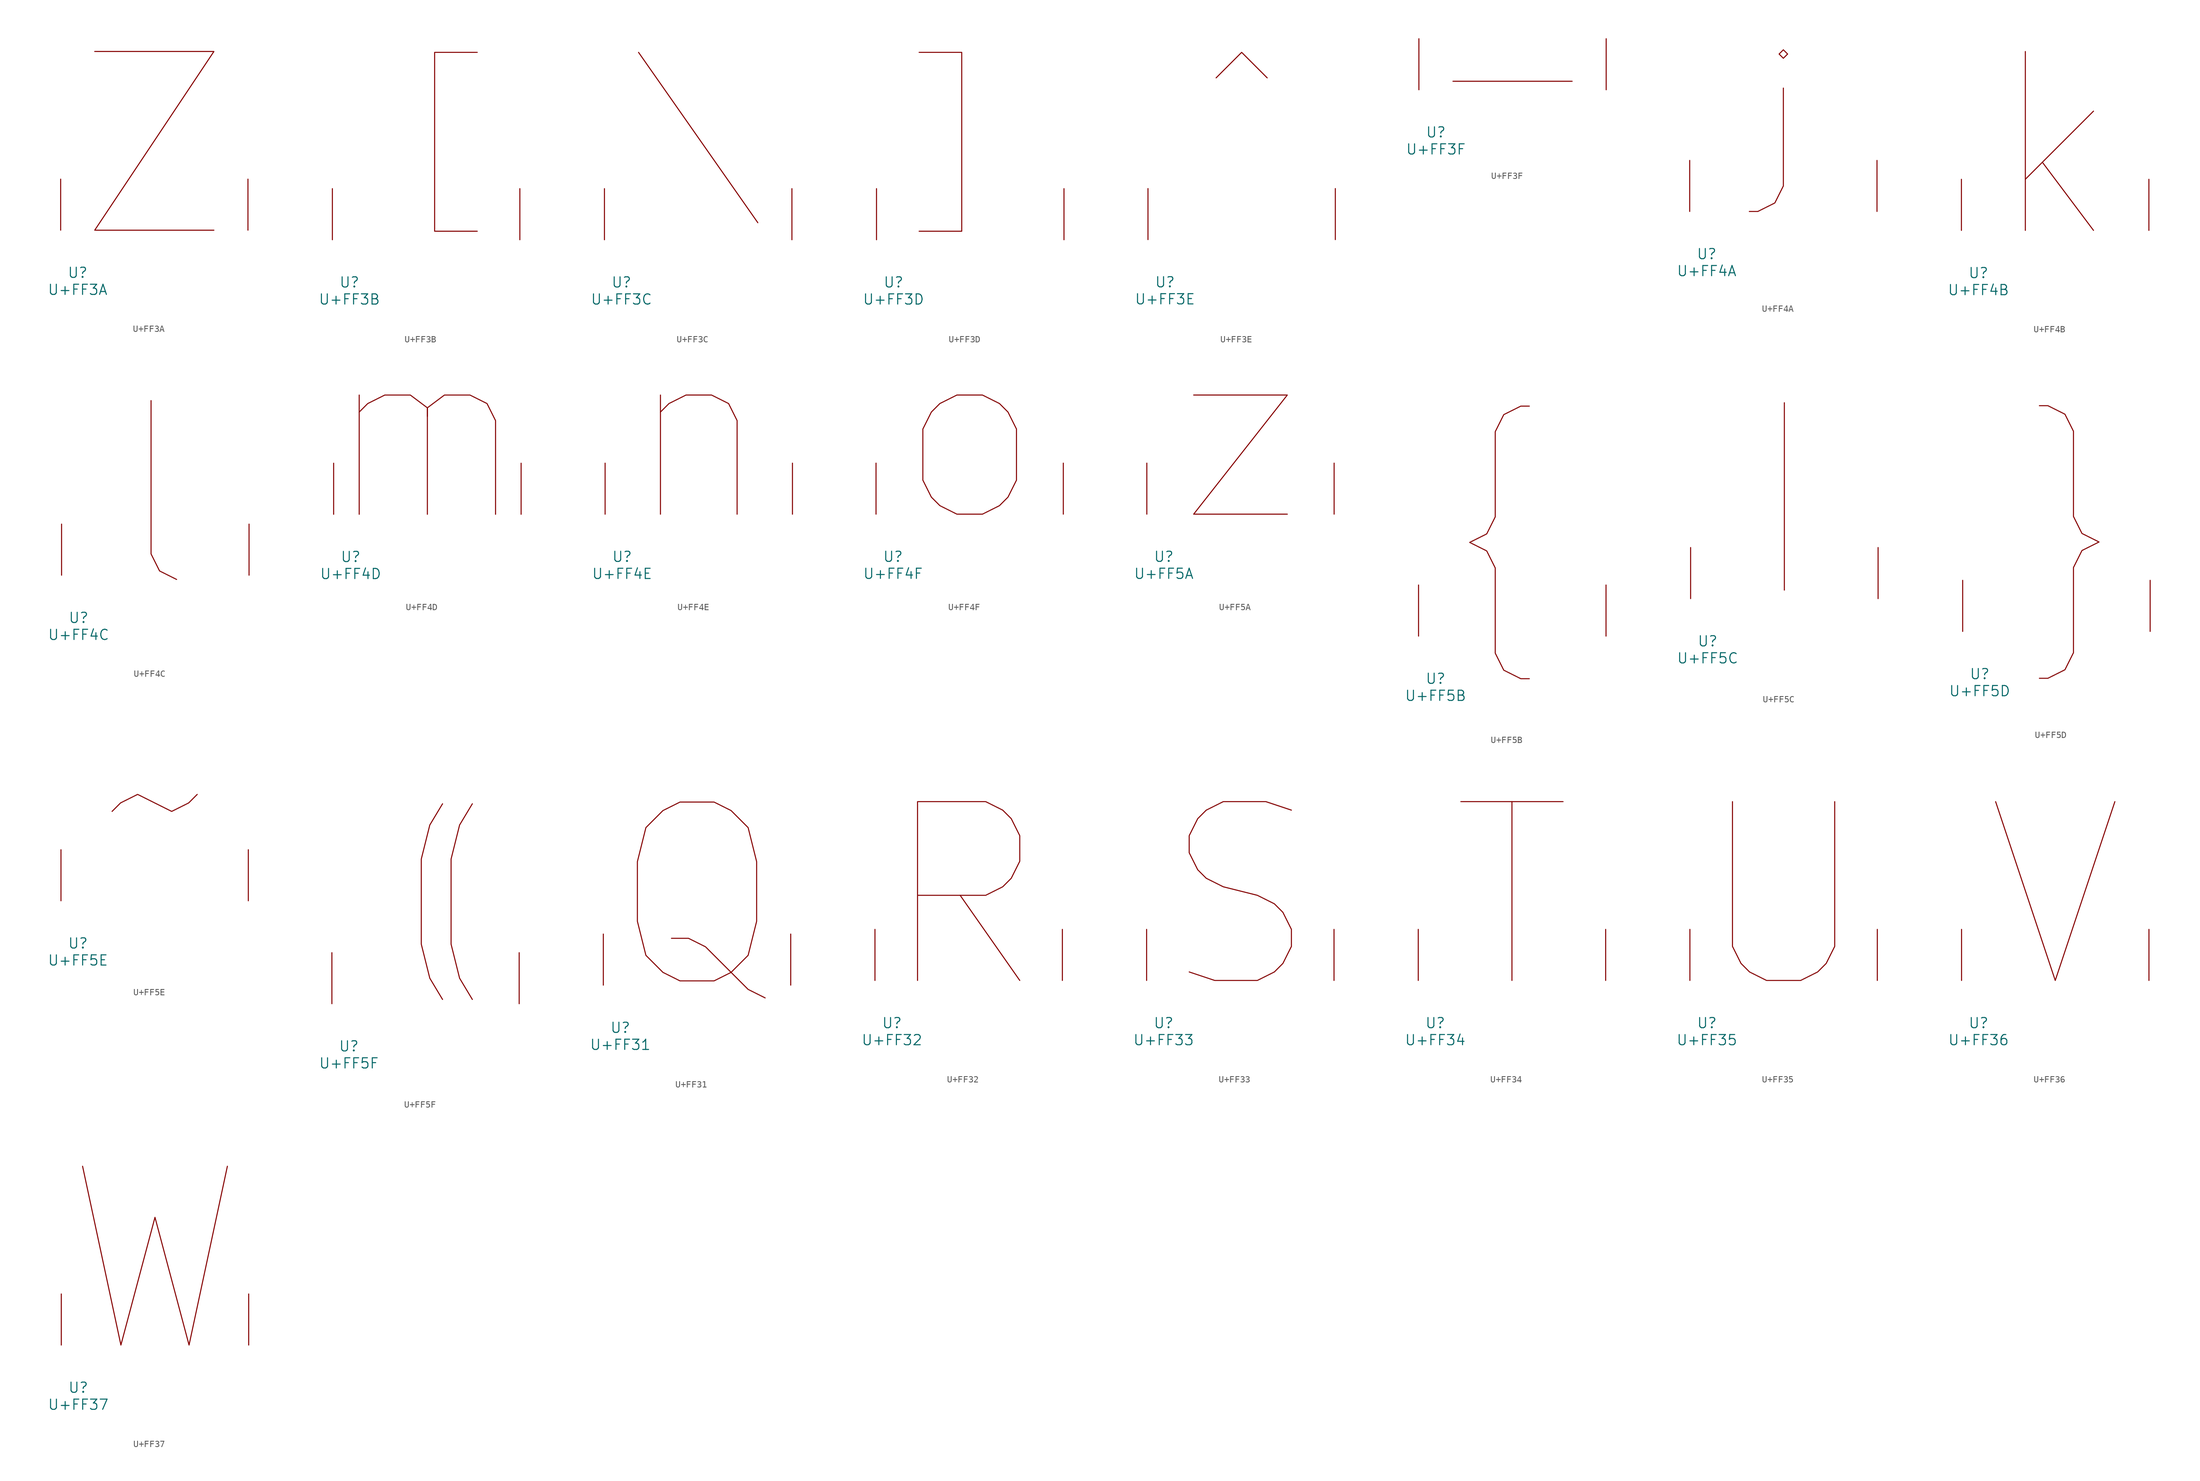
<source format=kicad_sym>
(kicad_symbol_lib
  (version 20231120)
  (generator "kicad_symbol_editor")
  (generator_version "8.0")
  (symbol "U+FF3A"
    (pin_names
      (offset 1.016))
    (property "Reference" "U"
      (at 0 -6.35 0)
      (effects (font (size 1.524 1.524))))
    (property "Value" "U+FF3A"
      (at 0 -8.89 0)
      (effects (font (size 1.524 1.524))))
    (symbol "U+FF3A_0_1"
      (polyline (pts (xy 2.54 26.67) (xy 20.32 26.67) (xy 2.54 0) (xy 20.32 0)) (stroke (width 0) (type solid)) (fill (type none)))
      (pin input line (at -2.54 0 90) (length 7.62) (name "~" (effects (font (size 1.27 1.27)))) (number "~" (effects (font (size 1.27 1.27)))))
      (pin input line (at 25.4 0 90) (length 7.62) (name "~" (effects (font (size 1.27 1.27)))) (number "~" (effects (font (size 1.27 1.27)))))))
  (symbol "U+FF3B"
    (pin_names
      (offset 1.016))
    (property "Reference" "U"
      (at 0 -6.35 0)
      (effects (font (size 1.524 1.524))))
    (property "Value" "U+FF3B"
      (at 0 -8.89 0)
      (effects (font (size 1.524 1.524))))
    (symbol "U+FF3B_0_1"
      (polyline (pts (xy 19.05 27.94) (xy 12.7 27.94) (xy 12.7 1.27) (xy 19.05 1.27)) (stroke (width 0) (type solid)) (fill (type none)))
      (pin input line (at -2.54 0 90) (length 7.62) (name "~" (effects (font (size 1.27 1.27)))) (number "~" (effects (font (size 1.27 1.27)))))
      (pin input line (at 25.4 0 90) (length 7.62) (name "~" (effects (font (size 1.27 1.27)))) (number "~" (effects (font (size 1.27 1.27)))))))
  (symbol "U+FF3C"
    (pin_names
      (offset 1.016))
    (property "Reference" "U"
      (at 0 -6.35 0)
      (effects (font (size 1.524 1.524))))
    (property "Value" "U+FF3C"
      (at 0 -8.89 0)
      (effects (font (size 1.524 1.524))))
    (symbol "U+FF3C_0_1"
      (polyline (pts (xy 2.54 27.94) (xy 20.32 2.54)) (stroke (width 0) (type solid)) (fill (type none)))
      (pin input line (at -2.54 0 90) (length 7.62) (name "~" (effects (font (size 1.27 1.27)))) (number "~" (effects (font (size 1.27 1.27)))))
      (pin input line (at 25.4 0 90) (length 7.62) (name "~" (effects (font (size 1.27 1.27)))) (number "~" (effects (font (size 1.27 1.27)))))))
  (symbol "U+FF3D"
    (pin_names
      (offset 1.016))
    (property "Reference" "U"
      (at 0 -6.35 0)
      (effects (font (size 1.524 1.524))))
    (property "Value" "U+FF3D"
      (at 0 -8.89 0)
      (effects (font (size 1.524 1.524))))
    (symbol "U+FF3D_0_1"
      (polyline (pts (xy 3.81 27.94) (xy 10.16 27.94) (xy 10.16 1.27) (xy 3.81 1.27)) (stroke (width 0) (type solid)) (fill (type none)))
      (pin input line (at -2.54 0 90) (length 7.62) (name "~" (effects (font (size 1.27 1.27)))) (number "~" (effects (font (size 1.27 1.27)))))
      (pin input line (at 25.4 0 90) (length 7.62) (name "~" (effects (font (size 1.27 1.27)))) (number "~" (effects (font (size 1.27 1.27)))))))
  (symbol "U+FF3E"
    (pin_names
      (offset 1.016))
    (property "Reference" "U"
      (at 0 -6.35 0)
      (effects (font (size 1.524 1.524))))
    (property "Value" "U+FF3E"
      (at 0 -8.89 0)
      (effects (font (size 1.524 1.524))))
    (symbol "U+FF3E_0_1"
      (polyline (pts (xy 7.62 24.13) (xy 11.43 27.94) (xy 15.24 24.13)) (stroke (width 0) (type solid)) (fill (type none)))
      (pin input line (at -2.54 0 90) (length 7.62) (name "~" (effects (font (size 1.27 1.27)))) (number "~" (effects (font (size 1.27 1.27)))))
      (pin input line (at 25.4 0 90) (length 7.62) (name "~" (effects (font (size 1.27 1.27)))) (number "~" (effects (font (size 1.27 1.27)))))))
  (symbol "U+FF3F"
    (pin_names
      (offset 1.016))
    (property "Reference" "U"
      (at 0 -6.35 0)
      (effects (font (size 1.524 1.524))))
    (property "Value" "U+FF3F"
      (at 0 -8.89 0)
      (effects (font (size 1.524 1.524))))
    (symbol "U+FF3F_0_1"
      (polyline (pts (xy 2.54 1.27) (xy 20.32 1.27)) (stroke (width 0) (type solid)) (fill (type none)))
      (pin input line (at -2.54 0 90) (length 7.62) (name "~" (effects (font (size 1.27 1.27)))) (number "~" (effects (font (size 1.27 1.27)))))
      (pin input line (at 25.4 0 90) (length 7.62) (name "~" (effects (font (size 1.27 1.27)))) (number "~" (effects (font (size 1.27 1.27)))))))
  (symbol "U+FF4A"
    (pin_names
      (offset 1.016))
    (property "Reference" "U"
      (at 0 -6.35 0)
      (effects (font (size 1.524 1.524))))
    (property "Value" "U+FF4A"
      (at 0 -8.89 0)
      (effects (font (size 1.524 1.524))))
    (symbol "U+FF4A_0_1"
      (polyline (pts (xy 11.43 18.415) (xy 11.43 3.81) (xy 10.16 1.27) (xy 7.62 0) (xy 6.35 0)) (stroke (width 0) (type solid)) (fill (type none)))
      (polyline (pts (xy 11.43 24.13) (xy 10.795 23.495) (xy 11.43 22.86) (xy 12.065 23.495) (xy 11.43 24.13)) (stroke (width 0) (type solid)) (fill (type none)))
      (pin input line (at -2.54 0 90) (length 7.62) (name "~" (effects (font (size 1.27 1.27)))) (number "~" (effects (font (size 1.27 1.27)))))
      (pin input line (at 25.4 0 90) (length 7.62) (name "~" (effects (font (size 1.27 1.27)))) (number "~" (effects (font (size 1.27 1.27)))))))
  (symbol "U+FF4B"
    (pin_names
      (offset 1.016))
    (property "Reference" "U"
      (at 0 -6.35 0)
      (effects (font (size 1.524 1.524))))
    (property "Value" "U+FF4B"
      (at 0 -8.89 0)
      (effects (font (size 1.524 1.524))))
    (symbol "U+FF4B_0_1"
      (polyline (pts (xy 6.985 0) (xy 6.985 26.67)) (stroke (width 0) (type solid)) (fill (type none)))
      (polyline (pts (xy 9.525 10.16) (xy 17.145 0)) (stroke (width 0) (type solid)) (fill (type none)))
      (polyline (pts (xy 17.145 17.78) (xy 6.985 7.62)) (stroke (width 0) (type solid)) (fill (type none)))
      (pin input line (at -2.54 0 90) (length 7.62) (name "~" (effects (font (size 1.27 1.27)))) (number "~" (effects (font (size 1.27 1.27)))))
      (pin input line (at 25.4 0 90) (length 7.62) (name "~" (effects (font (size 1.27 1.27)))) (number "~" (effects (font (size 1.27 1.27)))))))
  (symbol "U+FF4C"
    (pin_names
      (offset 1.016))
    (property "Reference" "U"
      (at 0 -6.35 0)
      (effects (font (size 1.524 1.524))))
    (property "Value" "U+FF4C"
      (at 0 -8.89 0)
      (effects (font (size 1.524 1.524))))
    (symbol "U+FF4C_0_1"
      (polyline (pts (xy 14.605 -0.635) (xy 12.065 0.635) (xy 10.795 3.175) (xy 10.795 26.035)) (stroke (width 0) (type solid)) (fill (type none)))
      (pin input line (at -2.54 0 90) (length 7.62) (name "~" (effects (font (size 1.27 1.27)))) (number "~" (effects (font (size 1.27 1.27)))))
      (pin input line (at 25.4 0 90) (length 7.62) (name "~" (effects (font (size 1.27 1.27)))) (number "~" (effects (font (size 1.27 1.27)))))))
  (symbol "U+FF4D"
    (pin_names
      (offset 1.016))
    (property "Reference" "U"
      (at 0 -6.35 0)
      (effects (font (size 1.524 1.524))))
    (property "Value" "U+FF4D"
      (at 0 -8.89 0)
      (effects (font (size 1.524 1.524))))
    (symbol "U+FF4D_0_1"
      (polyline (pts (xy 1.27 0) (xy 1.27 17.78)) (stroke (width 0) (type solid)) (fill (type none)))
      (polyline (pts (xy 1.27 15.24) (xy 2.54 16.51) (xy 5.08 17.78) (xy 8.89 17.78) (xy 11.43 15.875) (xy 11.43 15.24) (xy 11.43 0)) (stroke (width 0) (type solid)) (fill (type none)))
      (polyline (pts (xy 11.43 14.605) (xy 11.43 15.875) (xy 13.97 17.78) (xy 17.78 17.78) (xy 20.32 16.51) (xy 21.59 13.97) (xy 21.59 0)) (stroke (width 0) (type solid)) (fill (type none)))
      (pin input line (at -2.54 0 90) (length 7.62) (name "~" (effects (font (size 1.27 1.27)))) (number "~" (effects (font (size 1.27 1.27)))))
      (pin input line (at 25.4 0 90) (length 7.62) (name "~" (effects (font (size 1.27 1.27)))) (number "~" (effects (font (size 1.27 1.27)))))))
  (symbol "U+FF4E"
    (pin_names
      (offset 1.016))
    (property "Reference" "U"
      (at 0 -6.35 0)
      (effects (font (size 1.524 1.524))))
    (property "Value" "U+FF4E"
      (at 0 -8.89 0)
      (effects (font (size 1.524 1.524))))
    (symbol "U+FF4E_0_1"
      (polyline (pts (xy 5.715 17.78) (xy 5.715 0)) (stroke (width 0) (type solid)) (fill (type none)))
      (polyline (pts (xy 5.715 15.24) (xy 6.985 16.51) (xy 9.525 17.78) (xy 13.335 17.78) (xy 15.875 16.51) (xy 17.145 13.97) (xy 17.145 0)) (stroke (width 0) (type solid)) (fill (type none)))
      (pin input line (at -2.54 0 90) (length 7.62) (name "~" (effects (font (size 1.27 1.27)))) (number "~" (effects (font (size 1.27 1.27)))))
      (pin input line (at 25.4 0 90) (length 7.62) (name "~" (effects (font (size 1.27 1.27)))) (number "~" (effects (font (size 1.27 1.27)))))))
  (symbol "U+FF4F"
    (pin_names
      (offset 1.016))
    (property "Reference" "U"
      (at 0 -6.35 0)
      (effects (font (size 1.524 1.524))))
    (property "Value" "U+FF4F"
      (at 0 -8.89 0)
      (effects (font (size 1.524 1.524))))
    (symbol "U+FF4F_0_1"
      (polyline (pts (xy 9.525 0) (xy 6.985 1.27) (xy 5.715 2.54) (xy 4.445 5.08) (xy 4.445 12.7) (xy 5.715 15.24) (xy 6.985 16.51) (xy 9.525 17.78) (xy 13.335 17.78) (xy 15.875 16.51) (xy 17.145 15.24) (xy 18.415 12.7) (xy 18.415 5.08) (xy 17.145 2.54) (xy 15.875 1.27) (xy 13.335 0) (xy 9.525 0)) (stroke (width 0) (type solid)) (fill (type none)))
      (pin input line (at -2.54 0 90) (length 7.62) (name "~" (effects (font (size 1.27 1.27)))) (number "~" (effects (font (size 1.27 1.27)))))
      (pin input line (at 25.4 0 90) (length 7.62) (name "~" (effects (font (size 1.27 1.27)))) (number "~" (effects (font (size 1.27 1.27)))))))
  (symbol "U+FF5A"
    (pin_names
      (offset 1.016))
    (property "Reference" "U"
      (at 0 -6.35 0)
      (effects (font (size 1.524 1.524))))
    (property "Value" "U+FF5A"
      (at 0 -8.89 0)
      (effects (font (size 1.524 1.524))))
    (symbol "U+FF5A_0_1"
      (polyline (pts (xy 4.445 17.78) (xy 18.415 17.78) (xy 4.445 0) (xy 18.415 0)) (stroke (width 0) (type solid)) (fill (type none)))
      (pin input line (at -2.54 0 90) (length 7.62) (name "~" (effects (font (size 1.27 1.27)))) (number "~" (effects (font (size 1.27 1.27)))))
      (pin input line (at 25.4 0 90) (length 7.62) (name "~" (effects (font (size 1.27 1.27)))) (number "~" (effects (font (size 1.27 1.27)))))))
  (symbol "U+FF5B"
    (pin_names
      (offset 1.016))
    (property "Reference" "U"
      (at 0 -6.35 0)
      (effects (font (size 1.524 1.524))))
    (property "Value" "U+FF5B"
      (at 0 -8.89 0)
      (effects (font (size 1.524 1.524))))
    (symbol "U+FF5B_0_1"
      (polyline (pts (xy 13.97 -6.35) (xy 12.7 -6.35) (xy 10.16 -5.08) (xy 8.89 -2.54) (xy 8.89 10.16) (xy 7.62 12.7) (xy 5.08 13.97) (xy 7.62 15.24) (xy 8.89 17.78) (xy 8.89 30.48) (xy 10.16 33.02) (xy 12.7 34.29) (xy 13.97 34.29)) (stroke (width 0) (type solid)) (fill (type none)))
      (pin input line (at -2.54 0 90) (length 7.62) (name "~" (effects (font (size 1.27 1.27)))) (number "~" (effects (font (size 1.27 1.27)))))
      (pin input line (at 25.4 0 90) (length 7.62) (name "~" (effects (font (size 1.27 1.27)))) (number "~" (effects (font (size 1.27 1.27)))))))
  (symbol "U+FF5C"
    (pin_names
      (offset 1.016))
    (property "Reference" "U"
      (at 0 -6.35 0)
      (effects (font (size 1.524 1.524))))
    (property "Value" "U+FF5C"
      (at 0 -8.89 0)
      (effects (font (size 1.524 1.524))))
    (symbol "U+FF5C_0_1"
      (polyline (pts (xy 11.43 29.21) (xy 11.43 1.27)) (stroke (width 0) (type solid)) (fill (type none)))
      (pin input line (at -2.54 0 90) (length 7.62) (name "~" (effects (font (size 1.27 1.27)))) (number "~" (effects (font (size 1.27 1.27)))))
      (pin input line (at 25.4 0 90) (length 7.62) (name "~" (effects (font (size 1.27 1.27)))) (number "~" (effects (font (size 1.27 1.27)))))))
  (symbol "U+FF5D"
    (pin_names
      (offset 1.016))
    (property "Reference" "U"
      (at 0 -6.35 0)
      (effects (font (size 1.524 1.524))))
    (property "Value" "U+FF5D"
      (at 0 -8.89 0)
      (effects (font (size 1.524 1.524))))
    (symbol "U+FF5D_0_1"
      (polyline (pts (xy 8.89 -6.985) (xy 10.16 -6.985) (xy 12.7 -5.715) (xy 13.97 -3.175) (xy 13.97 9.525) (xy 15.24 12.065) (xy 17.78 13.335) (xy 15.24 14.605) (xy 13.97 17.145) (xy 13.97 29.845) (xy 12.7 32.385) (xy 10.16 33.655) (xy 8.89 33.655)) (stroke (width 0) (type solid)) (fill (type none)))
      (pin input line (at -2.54 0 90) (length 7.62) (name "~" (effects (font (size 1.27 1.27)))) (number "~" (effects (font (size 1.27 1.27)))))
      (pin input line (at 25.4 0 90) (length 7.62) (name "~" (effects (font (size 1.27 1.27)))) (number "~" (effects (font (size 1.27 1.27)))))))
  (symbol "U+FF5E"
    (pin_names
      (offset 1.016))
    (property "Reference" "U"
      (at 0 -6.35 0)
      (effects (font (size 1.524 1.524))))
    (property "Value" "U+FF5E"
      (at 0 -8.89 0)
      (effects (font (size 1.524 1.524))))
    (symbol "U+FF5E_0_1"
      (polyline (pts (xy 5.08 13.335) (xy 6.35 14.605) (xy 8.89 15.875) (xy 13.97 13.335) (xy 16.51 14.605) (xy 17.78 15.875)) (stroke (width 0) (type solid)) (fill (type none)))
      (pin input line (at -2.54 0 90) (length 7.62) (name "~" (effects (font (size 1.27 1.27)))) (number "~" (effects (font (size 1.27 1.27)))))
      (pin input line (at 25.4 0 90) (length 7.62) (name "~" (effects (font (size 1.27 1.27)))) (number "~" (effects (font (size 1.27 1.27)))))))
  (symbol "U+FF5F"
    (pin_names
      (offset 1.016))
    (property "Reference" "U"
      (at 0 -6.35 0)
      (effects (font (size 1.524 1.524))))
    (property "Value" "U+FF5F"
      (at 0 -8.89 0)
      (effects (font (size 1.524 1.524))))
    (symbol "U+FF5F_0_1"
      (polyline (pts (xy 13.97 29.845) (xy 12.065 26.67) (xy 10.795 21.59) (xy 10.795 8.89) (xy 12.065 3.81) (xy 13.97 0.635)) (stroke (width 0) (type solid)) (fill (type none)))
      (polyline (pts (xy 18.415 29.845) (xy 16.51 26.67) (xy 15.24 21.59) (xy 15.24 8.89) (xy 16.51 3.81) (xy 18.415 0.635)) (stroke (width 0) (type solid)) (fill (type none)))
      (pin input line (at -2.54 0 90) (length 7.62) (name "~" (effects (font (size 1.27 1.27)))) (number "~" (effects (font (size 1.27 1.27)))))
      (pin input line (at 25.4 0 90) (length 7.62) (name "~" (effects (font (size 1.27 1.27)))) (number "~" (effects (font (size 1.27 1.27)))))))
  (symbol "U+FF31"
    (pin_names
      (offset 1.016))
    (property "Reference" "U"
      (at 0 -6.35 0)
      (effects (font (size 1.524 1.524))))
    (property "Value" "U+FF31"
      (at 0 -8.89 0)
      (effects (font (size 1.524 1.524))))
    (symbol "U+FF31_0_1"
      (polyline (pts (xy 21.59 -1.905) (xy 19.05 -0.635) (xy 16.51 1.905) (xy 12.7 5.715) (xy 10.16 6.985) (xy 7.62 6.985)) (stroke (width 0) (type solid)) (fill (type none)))
      (polyline (pts (xy 8.89 0.635) (xy 6.35 1.905) (xy 3.81 4.445) (xy 2.54 9.525) (xy 2.54 18.415) (xy 3.81 23.495) (xy 6.35 26.035) (xy 8.89 27.305) (xy 13.97 27.305) (xy 16.51 26.035) (xy 19.05 23.495) (xy 20.32 18.415) (xy 20.32 9.525) (xy 19.05 4.445) (xy 16.51 1.905) (xy 13.97 0.635) (xy 8.89 0.635)) (stroke (width 0) (type solid)) (fill (type none)))
      (pin input line (at -2.54 0 90) (length 7.62) (name "~" (effects (font (size 1.27 1.27)))) (number "~" (effects (font (size 1.27 1.27)))))
      (pin input line (at 25.4 0 90) (length 7.62) (name "~" (effects (font (size 1.27 1.27)))) (number "~" (effects (font (size 1.27 1.27)))))))
  (symbol "U+FF32"
    (pin_names
      (offset 1.016))
    (property "Reference" "U"
      (at 0 -6.35 0)
      (effects (font (size 1.524 1.524))))
    (property "Value" "U+FF32"
      (at 0 -8.89 0)
      (effects (font (size 1.524 1.524))))
    (symbol "U+FF32_0_1"
      (polyline (pts (xy 19.05 0) (xy 10.16 12.7)) (stroke (width 0) (type solid)) (fill (type none)))
      (polyline (pts (xy 3.81 0) (xy 3.81 26.67) (xy 13.97 26.67) (xy 16.51 25.4) (xy 17.78 24.13) (xy 19.05 21.59) (xy 19.05 17.78) (xy 17.78 15.24) (xy 16.51 13.97) (xy 13.97 12.7) (xy 3.81 12.7)) (stroke (width 0) (type solid)) (fill (type none)))
      (pin input line (at -2.54 0 90) (length 7.62) (name "~" (effects (font (size 1.27 1.27)))) (number "~" (effects (font (size 1.27 1.27)))))
      (pin input line (at 25.4 0 90) (length 7.62) (name "~" (effects (font (size 1.27 1.27)))) (number "~" (effects (font (size 1.27 1.27)))))))
  (symbol "U+FF33"
    (pin_names
      (offset 1.016))
    (property "Reference" "U"
      (at 0 -6.35 0)
      (effects (font (size 1.524 1.524))))
    (property "Value" "U+FF33"
      (at 0 -8.89 0)
      (effects (font (size 1.524 1.524))))
    (symbol "U+FF33_0_1"
      (polyline (pts (xy 3.81 1.27) (xy 7.62 0) (xy 13.97 0) (xy 16.51 1.27) (xy 17.78 2.54) (xy 19.05 5.08) (xy 19.05 7.62) (xy 17.78 10.16) (xy 16.51 11.43) (xy 13.97 12.7) (xy 8.89 13.97) (xy 6.35 15.24) (xy 5.08 16.51) (xy 3.81 19.05) (xy 3.81 21.59) (xy 5.08 24.13) (xy 6.35 25.4) (xy 8.89 26.67) (xy 15.24 26.67) (xy 19.05 25.4)) (stroke (width 0) (type solid)) (fill (type none)))
      (pin input line (at -2.54 0 90) (length 7.62) (name "~" (effects (font (size 1.27 1.27)))) (number "~" (effects (font (size 1.27 1.27)))))
      (pin input line (at 25.4 0 90) (length 7.62) (name "~" (effects (font (size 1.27 1.27)))) (number "~" (effects (font (size 1.27 1.27)))))))
  (symbol "U+FF34"
    (pin_names
      (offset 1.016))
    (property "Reference" "U"
      (at 0 -6.35 0)
      (effects (font (size 1.524 1.524))))
    (property "Value" "U+FF34"
      (at 0 -8.89 0)
      (effects (font (size 1.524 1.524))))
    (symbol "U+FF34_0_1"
      (polyline (pts (xy 3.81 26.67) (xy 19.05 26.67)) (stroke (width 0) (type solid)) (fill (type none)))
      (polyline (pts (xy 11.43 0) (xy 11.43 26.67)) (stroke (width 0) (type solid)) (fill (type none)))
      (pin input line (at -2.54 0 90) (length 7.62) (name "~" (effects (font (size 1.27 1.27)))) (number "~" (effects (font (size 1.27 1.27)))))
      (pin input line (at 25.4 0 90) (length 7.62) (name "~" (effects (font (size 1.27 1.27)))) (number "~" (effects (font (size 1.27 1.27)))))))
  (symbol "U+FF35"
    (pin_names
      (offset 1.016))
    (property "Reference" "U"
      (at 0 -6.35 0)
      (effects (font (size 1.524 1.524))))
    (property "Value" "U+FF35"
      (at 0 -8.89 0)
      (effects (font (size 1.524 1.524))))
    (symbol "U+FF35_0_1"
      (polyline (pts (xy 3.81 26.67) (xy 3.81 5.08) (xy 5.08 2.54) (xy 6.35 1.27) (xy 8.89 0) (xy 13.97 0) (xy 16.51 1.27) (xy 17.78 2.54) (xy 19.05 5.08) (xy 19.05 26.67)) (stroke (width 0) (type solid)) (fill (type none)))
      (pin input line (at -2.54 0 90) (length 7.62) (name "~" (effects (font (size 1.27 1.27)))) (number "~" (effects (font (size 1.27 1.27)))))
      (pin input line (at 25.4 0 90) (length 7.62) (name "~" (effects (font (size 1.27 1.27)))) (number "~" (effects (font (size 1.27 1.27)))))))
  (symbol "U+FF36"
    (pin_names
      (offset 1.016))
    (property "Reference" "U"
      (at 0 -6.35 0)
      (effects (font (size 1.524 1.524))))
    (property "Value" "U+FF36"
      (at 0 -8.89 0)
      (effects (font (size 1.524 1.524))))
    (symbol "U+FF36_0_1"
      (polyline (pts (xy 2.54 26.67) (xy 11.43 0) (xy 20.32 26.67)) (stroke (width 0) (type solid)) (fill (type none)))
      (pin input line (at -2.54 0 90) (length 7.62) (name "~" (effects (font (size 1.27 1.27)))) (number "~" (effects (font (size 1.27 1.27)))))
      (pin input line (at 25.4 0 90) (length 7.62) (name "~" (effects (font (size 1.27 1.27)))) (number "~" (effects (font (size 1.27 1.27)))))))
  (symbol "U+FF37"
    (pin_names
      (offset 1.016))
    (property "Reference" "U"
      (at 0 -6.35 0)
      (effects (font (size 1.524 1.524))))
    (property "Value" "U+FF37"
      (at 0 -8.89 0)
      (effects (font (size 1.524 1.524))))
    (symbol "U+FF37_0_1"
      (polyline (pts (xy 0.635 26.67) (xy 6.35 0) (xy 11.43 19.05) (xy 16.51 0) (xy 22.225 26.67)) (stroke (width 0) (type solid)) (fill (type none)))
      (pin input line (at -2.54 0 90) (length 7.62) (name "~" (effects (font (size 1.27 1.27)))) (number "~" (effects (font (size 1.27 1.27)))))
      (pin input line (at 25.4 0 90) (length 7.62) (name "~" (effects (font (size 1.27 1.27)))) (number "~" (effects (font (size 1.27 1.27))))))))
</source>
